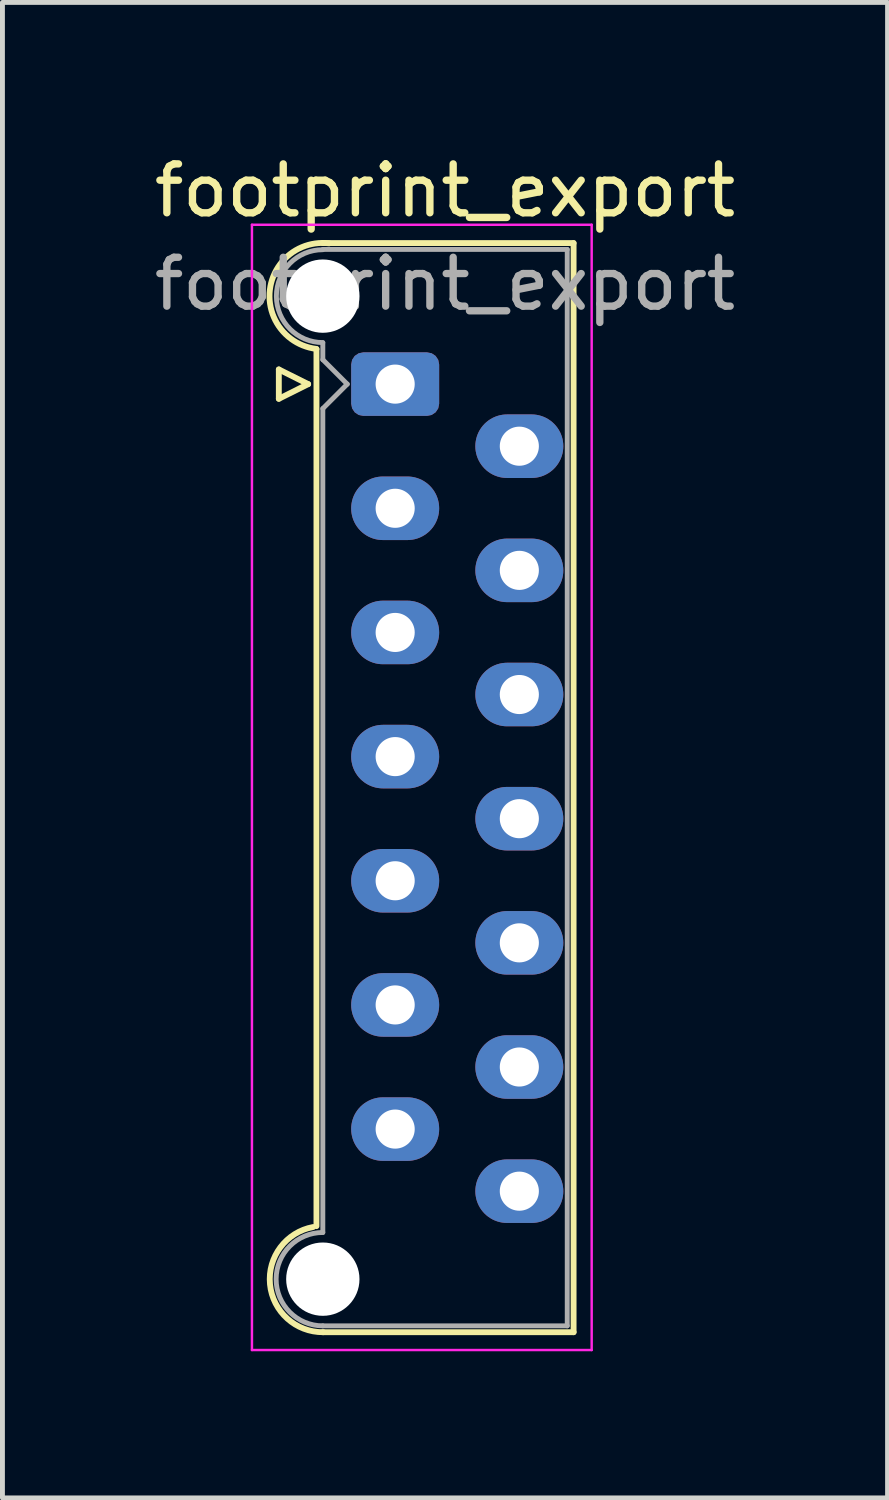
<source format=kicad_pcb>
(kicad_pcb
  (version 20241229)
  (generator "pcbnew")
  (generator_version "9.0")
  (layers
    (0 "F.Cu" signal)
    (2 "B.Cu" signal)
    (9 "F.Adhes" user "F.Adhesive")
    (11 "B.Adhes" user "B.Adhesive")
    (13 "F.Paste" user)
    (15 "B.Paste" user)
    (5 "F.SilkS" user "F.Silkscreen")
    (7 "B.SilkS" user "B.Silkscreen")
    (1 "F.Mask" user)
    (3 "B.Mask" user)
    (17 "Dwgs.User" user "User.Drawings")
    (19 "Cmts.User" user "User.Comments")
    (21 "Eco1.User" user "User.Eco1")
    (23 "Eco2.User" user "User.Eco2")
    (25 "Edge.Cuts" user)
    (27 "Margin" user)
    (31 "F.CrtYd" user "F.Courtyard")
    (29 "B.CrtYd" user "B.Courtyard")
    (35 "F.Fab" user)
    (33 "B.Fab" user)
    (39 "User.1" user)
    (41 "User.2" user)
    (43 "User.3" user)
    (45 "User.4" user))
  (footprint "footprint_export"
    (layer "F.Cu")
    (at 5.034 4.808)
    (property "Reference" "footprint_export" (at 1.02 -3.96 0) (layer "F.SilkS") (effects (font (size 1 1) (thickness 0.15))))
    (attr through_hole)
    (fp_line (start -2.38 -0.3) (end -2.38 0.3) (stroke (width 0.12) (type solid)) (layer "F.SilkS"))
    (fp_line (start -2.38 0.3) (end -1.78 0) (stroke (width 0.12) (type solid)) (layer "F.SilkS"))
    (fp_line (start -1.78 0) (end -2.38 -0.3) (stroke (width 0.12) (type solid)) (layer "F.SilkS"))
    (fp_line (start -1.61 -0.715) (end -1.61 17.225) (stroke (width 0.12) (type solid)) (layer "F.SilkS"))
    (fp_line (start -1.48 -2.885) (end 3.65 -2.885) (stroke (width 0.12) (type solid)) (layer "F.SilkS"))
    (fp_line (start 3.65 -2.885) (end 3.65 19.395) (stroke (width 0.12) (type solid)) (layer "F.SilkS"))
    (fp_line (start 3.65 19.395) (end -1.48 19.395) (stroke (width 0.12) (type solid)) (layer "F.SilkS"))
    (fp_arc (start -1.61 -0.72) (mid -2.56 -1.93) (end -1.35 -2.88) (stroke (width 0.12) (type solid)) (layer "F.SilkS"))
    (fp_arc (start -1.47 19.395) (mid -2.56 18.414526) (end -1.678256 17.24322) (stroke (width 0.12) (type solid)) (layer "F.SilkS"))
    (fp_line (start -2.93 -3.26) (end -2.93 19.76) (stroke (width 0.05) (type solid)) (layer "F.CrtYd"))
    (fp_line (start -2.93 19.76) (end 4.02 19.76) (stroke (width 0.05) (type solid)) (layer "F.CrtYd"))
    (fp_line (start 4.02 -3.26) (end -2.93 -3.26) (stroke (width 0.05) (type solid)) (layer "F.CrtYd"))
    (fp_line (start 4.02 19.76) (end 4.02 -3.26) (stroke (width 0.05) (type solid)) (layer "F.CrtYd"))
    (fp_line (start -1.48 -2.755) (end 3.52 -2.755) (stroke (width 0.1) (type solid)) (layer "F.Fab"))
    (fp_line (start -1.48 -0.845) (end -1.48 -0.5) (stroke (width 0.1) (type solid)) (layer "F.Fab"))
    (fp_line (start -1.48 -0.5) (end -0.98 0) (stroke (width 0.1) (type solid)) (layer "F.Fab"))
    (fp_line (start -1.48 0.5) (end -1.48 17.355) (stroke (width 0.1) (type solid)) (layer "F.Fab"))
    (fp_line (start -0.98 0) (end -1.48 0.5) (stroke (width 0.1) (type solid)) (layer "F.Fab"))
    (fp_line (start 3.52 -2.755) (end 3.52 19.265) (stroke (width 0.1) (type solid)) (layer "F.Fab"))
    (fp_line (start 3.52 19.265) (end -1.48 19.265) (stroke (width 0.1) (type solid)) (layer "F.Fab"))
    (fp_arc (start -1.48 -0.85) (mid -2.43 -1.8) (end -1.48 -2.75) (stroke (width 0.1) (type solid)) (layer "F.Fab"))
    (fp_arc (start -1.48 19.265) (mid -2.435 18.31) (end -1.48 17.355) (stroke (width 0.1) (type solid)) (layer "F.Fab"))
    (fp_text user "${REFERENCE}" (at 1.02 -2.05 0) (layer "F.Fab") (effects (font (size 1 1) (thickness 0.15))))
    (pad "" np_thru_hole circle (at -1.48 -1.8) (size 1.5 1.5) (drill 1.5) (layers "*.Cu" "*.Mask"))
    (pad "" np_thru_hole circle (at -1.48 18.31) (size 1.5 1.5) (drill 1.5) (layers "*.Cu" "*.Mask"))
    (pad "1" thru_hole roundrect (at 0 0) (size 1.8 1.3) (drill 0.8) (layers "*.Cu" "*.Mask") (roundrect_rratio 0.192))
    (pad "2" thru_hole oval (at 2.54 1.27) (size 1.8 1.3) (drill 0.8) (layers "*.Cu" "*.Mask"))
    (pad "3" thru_hole oval (at 0 2.54) (size 1.8 1.3) (drill 0.8) (layers "*.Cu" "*.Mask"))
    (pad "4" thru_hole oval (at 2.54 3.81) (size 1.8 1.3) (drill 0.8) (layers "*.Cu" "*.Mask"))
    (pad "5" thru_hole oval (at 0 5.08) (size 1.8 1.3) (drill 0.8) (layers "*.Cu" "*.Mask"))
    (pad "6" thru_hole oval (at 2.54 6.35) (size 1.8 1.3) (drill 0.8) (layers "*.Cu" "*.Mask"))
    (pad "7" thru_hole oval (at 0 7.62) (size 1.8 1.3) (drill 0.8) (layers "*.Cu" "*.Mask"))
    (pad "8" thru_hole oval (at 2.54 8.89) (size 1.8 1.3) (drill 0.8) (layers "*.Cu" "*.Mask"))
    (pad "9" thru_hole oval (at 0 10.16) (size 1.8 1.3) (drill 0.8) (layers "*.Cu" "*.Mask"))
    (pad "10" thru_hole oval (at 2.54 11.43) (size 1.8 1.3) (drill 0.8) (layers "*.Cu" "*.Mask"))
    (pad "11" thru_hole oval (at 0 12.7) (size 1.8 1.3) (drill 0.8) (layers "*.Cu" "*.Mask"))
    (pad "12" thru_hole oval (at 2.54 13.97) (size 1.8 1.3) (drill 0.8) (layers "*.Cu" "*.Mask"))
    (pad "13" thru_hole oval (at 0 15.24) (size 1.8 1.3) (drill 0.8) (layers "*.Cu" "*.Mask"))
    (pad "14" thru_hole oval (at 2.54 16.51) (size 1.8 1.3) (drill 0.8) (layers "*.Cu" "*.Mask")))
  (gr_rect
    (start -3 -3)
    (end 15.107 27.593)
    (stroke (width 0.1) (type default))
    (fill no)
    (layer "Edge.Cuts")))
</source>
